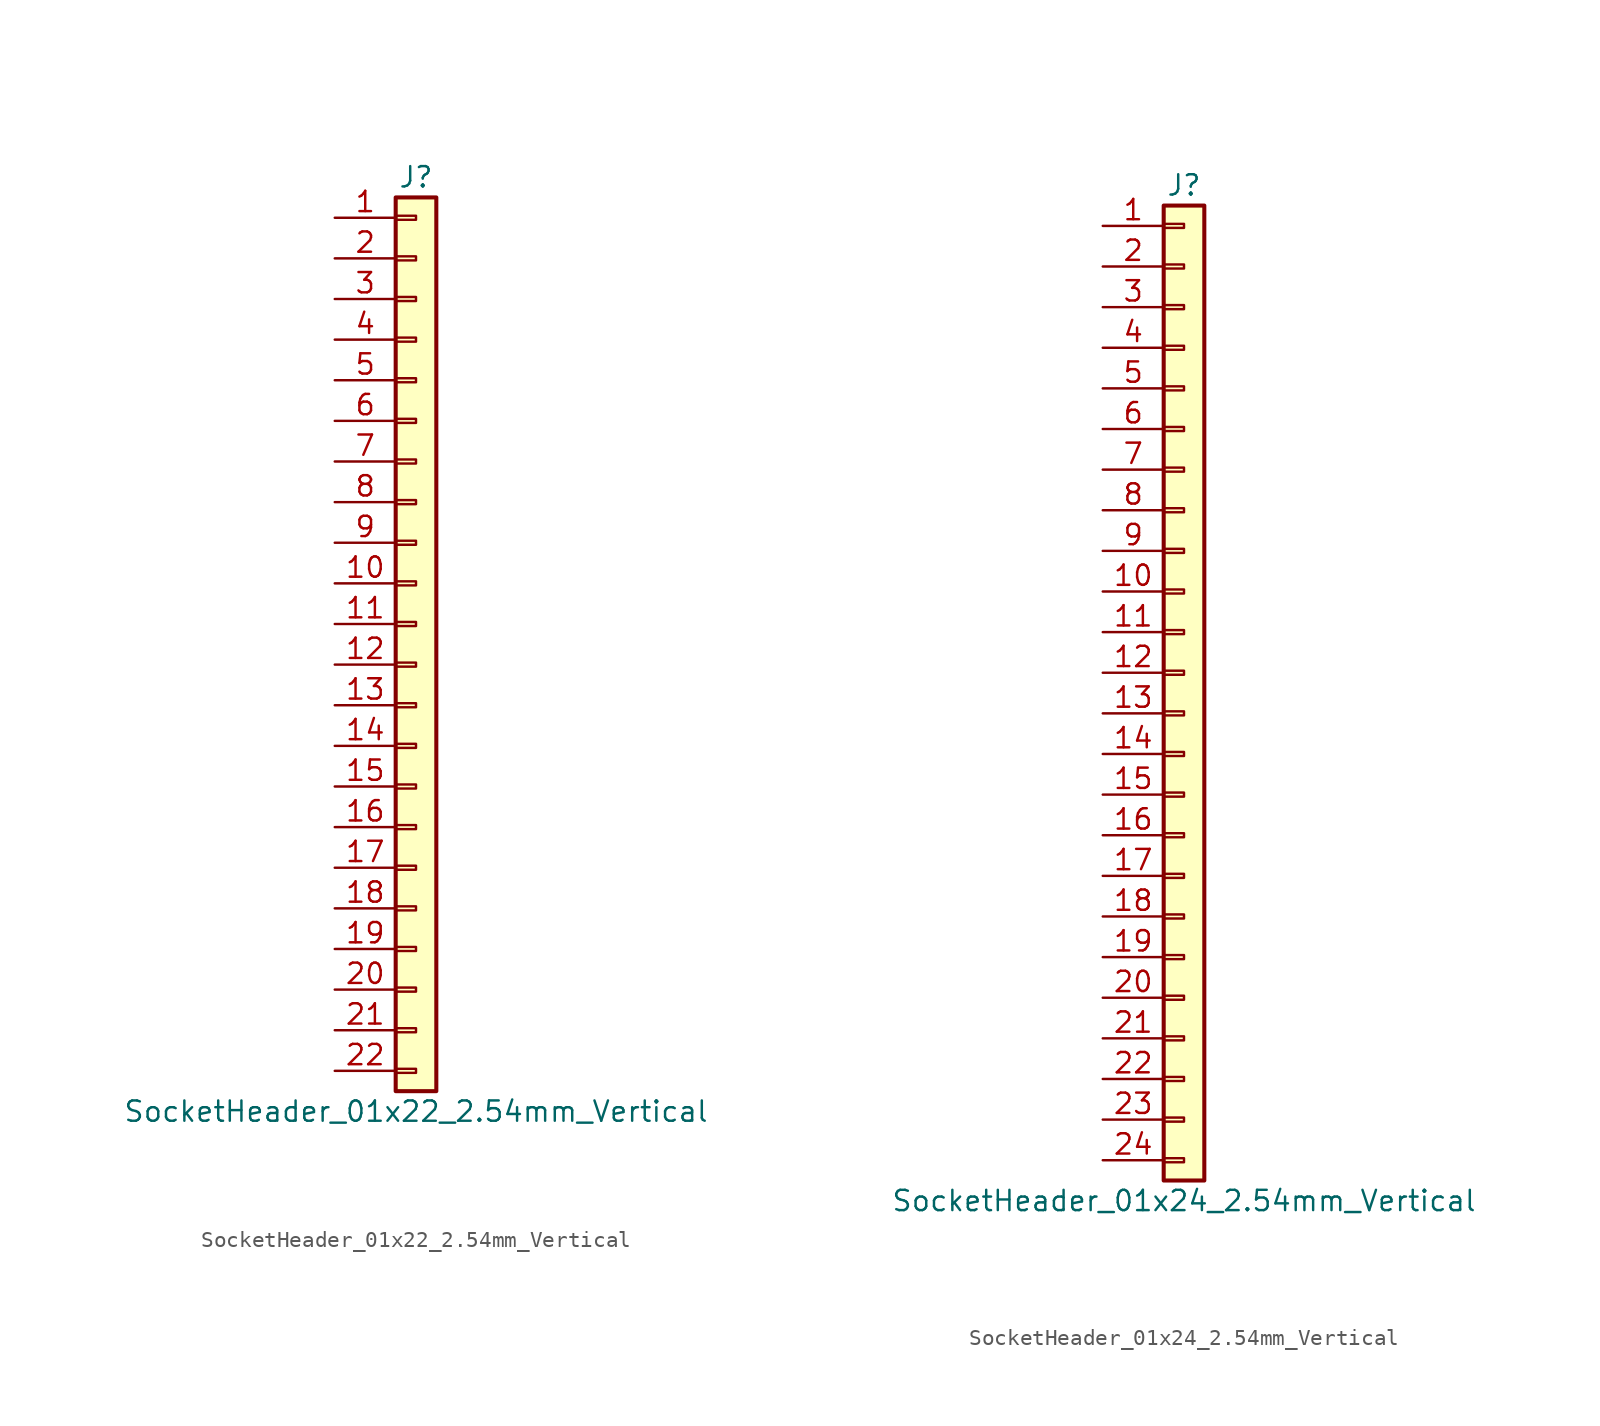
<source format=kicad_sym>
(kicad_symbol_lib
  (version 20241209)
  (generator "kicad_symbol_editor")
  (generator_version "9.0")
  (symbol "SocketHeader_01x22_2.54mm_Vertical"
    (pin_names
      (offset 1.016)
      (hide yes))
    (property "Reference" "J"
      (at 0 27.94 0)
      (effects (font (size 1.27 1.27))))
    (property "Value" "SocketHeader_01x22_2.54mm_Vertical"
      (at 0 -30.48 0)
      (effects (font (size 1.27 1.27))))
    (symbol "SocketHeader_01x22_2.54mm_Vertical_1_1"
      (rectangle (start -1.27 26.67) (end 1.27 -29.21) (stroke (width 0.254) (type default)) (fill (type background)))
      (rectangle (start -1.27 25.527) (end 0 25.273) (stroke (width 0.152) (type default)) (fill (type none)))
      (rectangle (start -1.27 22.987) (end 0 22.733) (stroke (width 0.152) (type default)) (fill (type none)))
      (rectangle (start -1.27 20.447) (end 0 20.193) (stroke (width 0.152) (type default)) (fill (type none)))
      (rectangle (start -1.27 17.907) (end 0 17.653) (stroke (width 0.152) (type default)) (fill (type none)))
      (rectangle (start -1.27 15.367) (end 0 15.113) (stroke (width 0.152) (type default)) (fill (type none)))
      (rectangle (start -1.27 12.827) (end 0 12.573) (stroke (width 0.152) (type default)) (fill (type none)))
      (rectangle (start -1.27 10.287) (end 0 10.033) (stroke (width 0.152) (type default)) (fill (type none)))
      (rectangle (start -1.27 7.747) (end 0 7.493) (stroke (width 0.152) (type default)) (fill (type none)))
      (rectangle (start -1.27 5.207) (end 0 4.953) (stroke (width 0.152) (type default)) (fill (type none)))
      (rectangle (start -1.27 2.667) (end 0 2.413) (stroke (width 0.152) (type default)) (fill (type none)))
      (rectangle (start -1.27 0.127) (end 0 -0.127) (stroke (width 0.152) (type default)) (fill (type none)))
      (rectangle (start -1.27 -2.413) (end 0 -2.667) (stroke (width 0.152) (type default)) (fill (type none)))
      (rectangle (start -1.27 -4.953) (end 0 -5.207) (stroke (width 0.152) (type default)) (fill (type none)))
      (rectangle (start -1.27 -7.493) (end 0 -7.747) (stroke (width 0.152) (type default)) (fill (type none)))
      (rectangle (start -1.27 -10.033) (end 0 -10.287) (stroke (width 0.152) (type default)) (fill (type none)))
      (rectangle (start -1.27 -12.573) (end 0 -12.827) (stroke (width 0.152) (type default)) (fill (type none)))
      (rectangle (start -1.27 -15.113) (end 0 -15.367) (stroke (width 0.152) (type default)) (fill (type none)))
      (rectangle (start -1.27 -17.653) (end 0 -17.907) (stroke (width 0.152) (type default)) (fill (type none)))
      (rectangle (start -1.27 -20.193) (end 0 -20.447) (stroke (width 0.152) (type default)) (fill (type none)))
      (rectangle (start -1.27 -22.733) (end 0 -22.987) (stroke (width 0.152) (type default)) (fill (type none)))
      (rectangle (start -1.27 -25.273) (end 0 -25.527) (stroke (width 0.152) (type default)) (fill (type none)))
      (rectangle (start -1.27 -27.813) (end 0 -28.067) (stroke (width 0.152) (type default)) (fill (type none)))
      (pin passive line (at -5.08 25.4 0) (length 3.81) (name "Pin_1" (effects (font (size 1.27 1.27)))) (number "1" (effects (font (size 1.27 1.27)))))
      (pin passive line (at -5.08 22.86 0) (length 3.81) (name "Pin_2" (effects (font (size 1.27 1.27)))) (number "2" (effects (font (size 1.27 1.27)))))
      (pin passive line (at -5.08 20.32 0) (length 3.81) (name "Pin_3" (effects (font (size 1.27 1.27)))) (number "3" (effects (font (size 1.27 1.27)))))
      (pin passive line (at -5.08 17.78 0) (length 3.81) (name "Pin_4" (effects (font (size 1.27 1.27)))) (number "4" (effects (font (size 1.27 1.27)))))
      (pin passive line (at -5.08 15.24 0) (length 3.81) (name "Pin_5" (effects (font (size 1.27 1.27)))) (number "5" (effects (font (size 1.27 1.27)))))
      (pin passive line (at -5.08 12.7 0) (length 3.81) (name "Pin_6" (effects (font (size 1.27 1.27)))) (number "6" (effects (font (size 1.27 1.27)))))
      (pin passive line (at -5.08 10.16 0) (length 3.81) (name "Pin_7" (effects (font (size 1.27 1.27)))) (number "7" (effects (font (size 1.27 1.27)))))
      (pin passive line (at -5.08 7.62 0) (length 3.81) (name "Pin_8" (effects (font (size 1.27 1.27)))) (number "8" (effects (font (size 1.27 1.27)))))
      (pin passive line (at -5.08 5.08 0) (length 3.81) (name "Pin_9" (effects (font (size 1.27 1.27)))) (number "9" (effects (font (size 1.27 1.27)))))
      (pin passive line (at -5.08 2.54 0) (length 3.81) (name "Pin_10" (effects (font (size 1.27 1.27)))) (number "10" (effects (font (size 1.27 1.27)))))
      (pin passive line (at -5.08 0 0) (length 3.81) (name "Pin_11" (effects (font (size 1.27 1.27)))) (number "11" (effects (font (size 1.27 1.27)))))
      (pin passive line (at -5.08 -2.54 0) (length 3.81) (name "Pin_12" (effects (font (size 1.27 1.27)))) (number "12" (effects (font (size 1.27 1.27)))))
      (pin passive line (at -5.08 -5.08 0) (length 3.81) (name "Pin_13" (effects (font (size 1.27 1.27)))) (number "13" (effects (font (size 1.27 1.27)))))
      (pin passive line (at -5.08 -7.62 0) (length 3.81) (name "Pin_14" (effects (font (size 1.27 1.27)))) (number "14" (effects (font (size 1.27 1.27)))))
      (pin passive line (at -5.08 -10.16 0) (length 3.81) (name "Pin_15" (effects (font (size 1.27 1.27)))) (number "15" (effects (font (size 1.27 1.27)))))
      (pin passive line (at -5.08 -12.7 0) (length 3.81) (name "Pin_16" (effects (font (size 1.27 1.27)))) (number "16" (effects (font (size 1.27 1.27)))))
      (pin passive line (at -5.08 -15.24 0) (length 3.81) (name "Pin_17" (effects (font (size 1.27 1.27)))) (number "17" (effects (font (size 1.27 1.27)))))
      (pin passive line (at -5.08 -17.78 0) (length 3.81) (name "Pin_18" (effects (font (size 1.27 1.27)))) (number "18" (effects (font (size 1.27 1.27)))))
      (pin passive line (at -5.08 -20.32 0) (length 3.81) (name "Pin_19" (effects (font (size 1.27 1.27)))) (number "19" (effects (font (size 1.27 1.27)))))
      (pin passive line (at -5.08 -22.86 0) (length 3.81) (name "Pin_20" (effects (font (size 1.27 1.27)))) (number "20" (effects (font (size 1.27 1.27)))))
      (pin passive line (at -5.08 -25.4 0) (length 3.81) (name "Pin_21" (effects (font (size 1.27 1.27)))) (number "21" (effects (font (size 1.27 1.27)))))
      (pin passive line (at -5.08 -27.94 0) (length 3.81) (name "Pin_22" (effects (font (size 1.27 1.27)))) (number "22" (effects (font (size 1.27 1.27)))))))
  (symbol "SocketHeader_01x24_2.54mm_Vertical"
    (pin_names
      (offset 1.016)
      (hide yes))
    (property "Reference" "J"
      (at 0 30.48 0)
      (effects (font (size 1.27 1.27))))
    (property "Value" "SocketHeader_01x24_2.54mm_Vertical"
      (at 0 -33.02 0)
      (effects (font (size 1.27 1.27))))
    (symbol "SocketHeader_01x24_2.54mm_Vertical_1_1"
      (rectangle (start -1.27 29.21) (end 1.27 -31.75) (stroke (width 0.254) (type default)) (fill (type background)))
      (rectangle (start -1.27 28.067) (end 0 27.813) (stroke (width 0.152) (type default)) (fill (type none)))
      (rectangle (start -1.27 25.527) (end 0 25.273) (stroke (width 0.152) (type default)) (fill (type none)))
      (rectangle (start -1.27 22.987) (end 0 22.733) (stroke (width 0.152) (type default)) (fill (type none)))
      (rectangle (start -1.27 20.447) (end 0 20.193) (stroke (width 0.152) (type default)) (fill (type none)))
      (rectangle (start -1.27 17.907) (end 0 17.653) (stroke (width 0.152) (type default)) (fill (type none)))
      (rectangle (start -1.27 15.367) (end 0 15.113) (stroke (width 0.152) (type default)) (fill (type none)))
      (rectangle (start -1.27 12.827) (end 0 12.573) (stroke (width 0.152) (type default)) (fill (type none)))
      (rectangle (start -1.27 10.287) (end 0 10.033) (stroke (width 0.152) (type default)) (fill (type none)))
      (rectangle (start -1.27 7.747) (end 0 7.493) (stroke (width 0.152) (type default)) (fill (type none)))
      (rectangle (start -1.27 5.207) (end 0 4.953) (stroke (width 0.152) (type default)) (fill (type none)))
      (rectangle (start -1.27 2.667) (end 0 2.413) (stroke (width 0.152) (type default)) (fill (type none)))
      (rectangle (start -1.27 0.127) (end 0 -0.127) (stroke (width 0.152) (type default)) (fill (type none)))
      (rectangle (start -1.27 -2.413) (end 0 -2.667) (stroke (width 0.152) (type default)) (fill (type none)))
      (rectangle (start -1.27 -4.953) (end 0 -5.207) (stroke (width 0.152) (type default)) (fill (type none)))
      (rectangle (start -1.27 -7.493) (end 0 -7.747) (stroke (width 0.152) (type default)) (fill (type none)))
      (rectangle (start -1.27 -10.033) (end 0 -10.287) (stroke (width 0.152) (type default)) (fill (type none)))
      (rectangle (start -1.27 -12.573) (end 0 -12.827) (stroke (width 0.152) (type default)) (fill (type none)))
      (rectangle (start -1.27 -15.113) (end 0 -15.367) (stroke (width 0.152) (type default)) (fill (type none)))
      (rectangle (start -1.27 -17.653) (end 0 -17.907) (stroke (width 0.152) (type default)) (fill (type none)))
      (rectangle (start -1.27 -20.193) (end 0 -20.447) (stroke (width 0.152) (type default)) (fill (type none)))
      (rectangle (start -1.27 -22.733) (end 0 -22.987) (stroke (width 0.152) (type default)) (fill (type none)))
      (rectangle (start -1.27 -25.273) (end 0 -25.527) (stroke (width 0.152) (type default)) (fill (type none)))
      (rectangle (start -1.27 -27.813) (end 0 -28.067) (stroke (width 0.152) (type default)) (fill (type none)))
      (rectangle (start -1.27 -30.353) (end 0 -30.607) (stroke (width 0.152) (type default)) (fill (type none)))
      (pin passive line (at -5.08 27.94 0) (length 3.81) (name "Pin_1" (effects (font (size 1.27 1.27)))) (number "1" (effects (font (size 1.27 1.27)))))
      (pin passive line (at -5.08 25.4 0) (length 3.81) (name "Pin_2" (effects (font (size 1.27 1.27)))) (number "2" (effects (font (size 1.27 1.27)))))
      (pin passive line (at -5.08 22.86 0) (length 3.81) (name "Pin_3" (effects (font (size 1.27 1.27)))) (number "3" (effects (font (size 1.27 1.27)))))
      (pin passive line (at -5.08 20.32 0) (length 3.81) (name "Pin_4" (effects (font (size 1.27 1.27)))) (number "4" (effects (font (size 1.27 1.27)))))
      (pin passive line (at -5.08 17.78 0) (length 3.81) (name "Pin_5" (effects (font (size 1.27 1.27)))) (number "5" (effects (font (size 1.27 1.27)))))
      (pin passive line (at -5.08 15.24 0) (length 3.81) (name "Pin_6" (effects (font (size 1.27 1.27)))) (number "6" (effects (font (size 1.27 1.27)))))
      (pin passive line (at -5.08 12.7 0) (length 3.81) (name "Pin_7" (effects (font (size 1.27 1.27)))) (number "7" (effects (font (size 1.27 1.27)))))
      (pin passive line (at -5.08 10.16 0) (length 3.81) (name "Pin_8" (effects (font (size 1.27 1.27)))) (number "8" (effects (font (size 1.27 1.27)))))
      (pin passive line (at -5.08 7.62 0) (length 3.81) (name "Pin_9" (effects (font (size 1.27 1.27)))) (number "9" (effects (font (size 1.27 1.27)))))
      (pin passive line (at -5.08 5.08 0) (length 3.81) (name "Pin_10" (effects (font (size 1.27 1.27)))) (number "10" (effects (font (size 1.27 1.27)))))
      (pin passive line (at -5.08 2.54 0) (length 3.81) (name "Pin_11" (effects (font (size 1.27 1.27)))) (number "11" (effects (font (size 1.27 1.27)))))
      (pin passive line (at -5.08 0 0) (length 3.81) (name "Pin_12" (effects (font (size 1.27 1.27)))) (number "12" (effects (font (size 1.27 1.27)))))
      (pin passive line (at -5.08 -2.54 0) (length 3.81) (name "Pin_13" (effects (font (size 1.27 1.27)))) (number "13" (effects (font (size 1.27 1.27)))))
      (pin passive line (at -5.08 -5.08 0) (length 3.81) (name "Pin_14" (effects (font (size 1.27 1.27)))) (number "14" (effects (font (size 1.27 1.27)))))
      (pin passive line (at -5.08 -7.62 0) (length 3.81) (name "Pin_15" (effects (font (size 1.27 1.27)))) (number "15" (effects (font (size 1.27 1.27)))))
      (pin passive line (at -5.08 -10.16 0) (length 3.81) (name "Pin_16" (effects (font (size 1.27 1.27)))) (number "16" (effects (font (size 1.27 1.27)))))
      (pin passive line (at -5.08 -12.7 0) (length 3.81) (name "Pin_17" (effects (font (size 1.27 1.27)))) (number "17" (effects (font (size 1.27 1.27)))))
      (pin passive line (at -5.08 -15.24 0) (length 3.81) (name "Pin_18" (effects (font (size 1.27 1.27)))) (number "18" (effects (font (size 1.27 1.27)))))
      (pin passive line (at -5.08 -17.78 0) (length 3.81) (name "Pin_19" (effects (font (size 1.27 1.27)))) (number "19" (effects (font (size 1.27 1.27)))))
      (pin passive line (at -5.08 -20.32 0) (length 3.81) (name "Pin_20" (effects (font (size 1.27 1.27)))) (number "20" (effects (font (size 1.27 1.27)))))
      (pin passive line (at -5.08 -22.86 0) (length 3.81) (name "Pin_21" (effects (font (size 1.27 1.27)))) (number "21" (effects (font (size 1.27 1.27)))))
      (pin passive line (at -5.08 -25.4 0) (length 3.81) (name "Pin_22" (effects (font (size 1.27 1.27)))) (number "22" (effects (font (size 1.27 1.27)))))
      (pin passive line (at -5.08 -27.94 0) (length 3.81) (name "Pin_23" (effects (font (size 1.27 1.27)))) (number "23" (effects (font (size 1.27 1.27)))))
      (pin passive line (at -5.08 -30.48 0) (length 3.81) (name "Pin_24" (effects (font (size 1.27 1.27)))) (number "24" (effects (font (size 1.27 1.27))))))))
</source>
